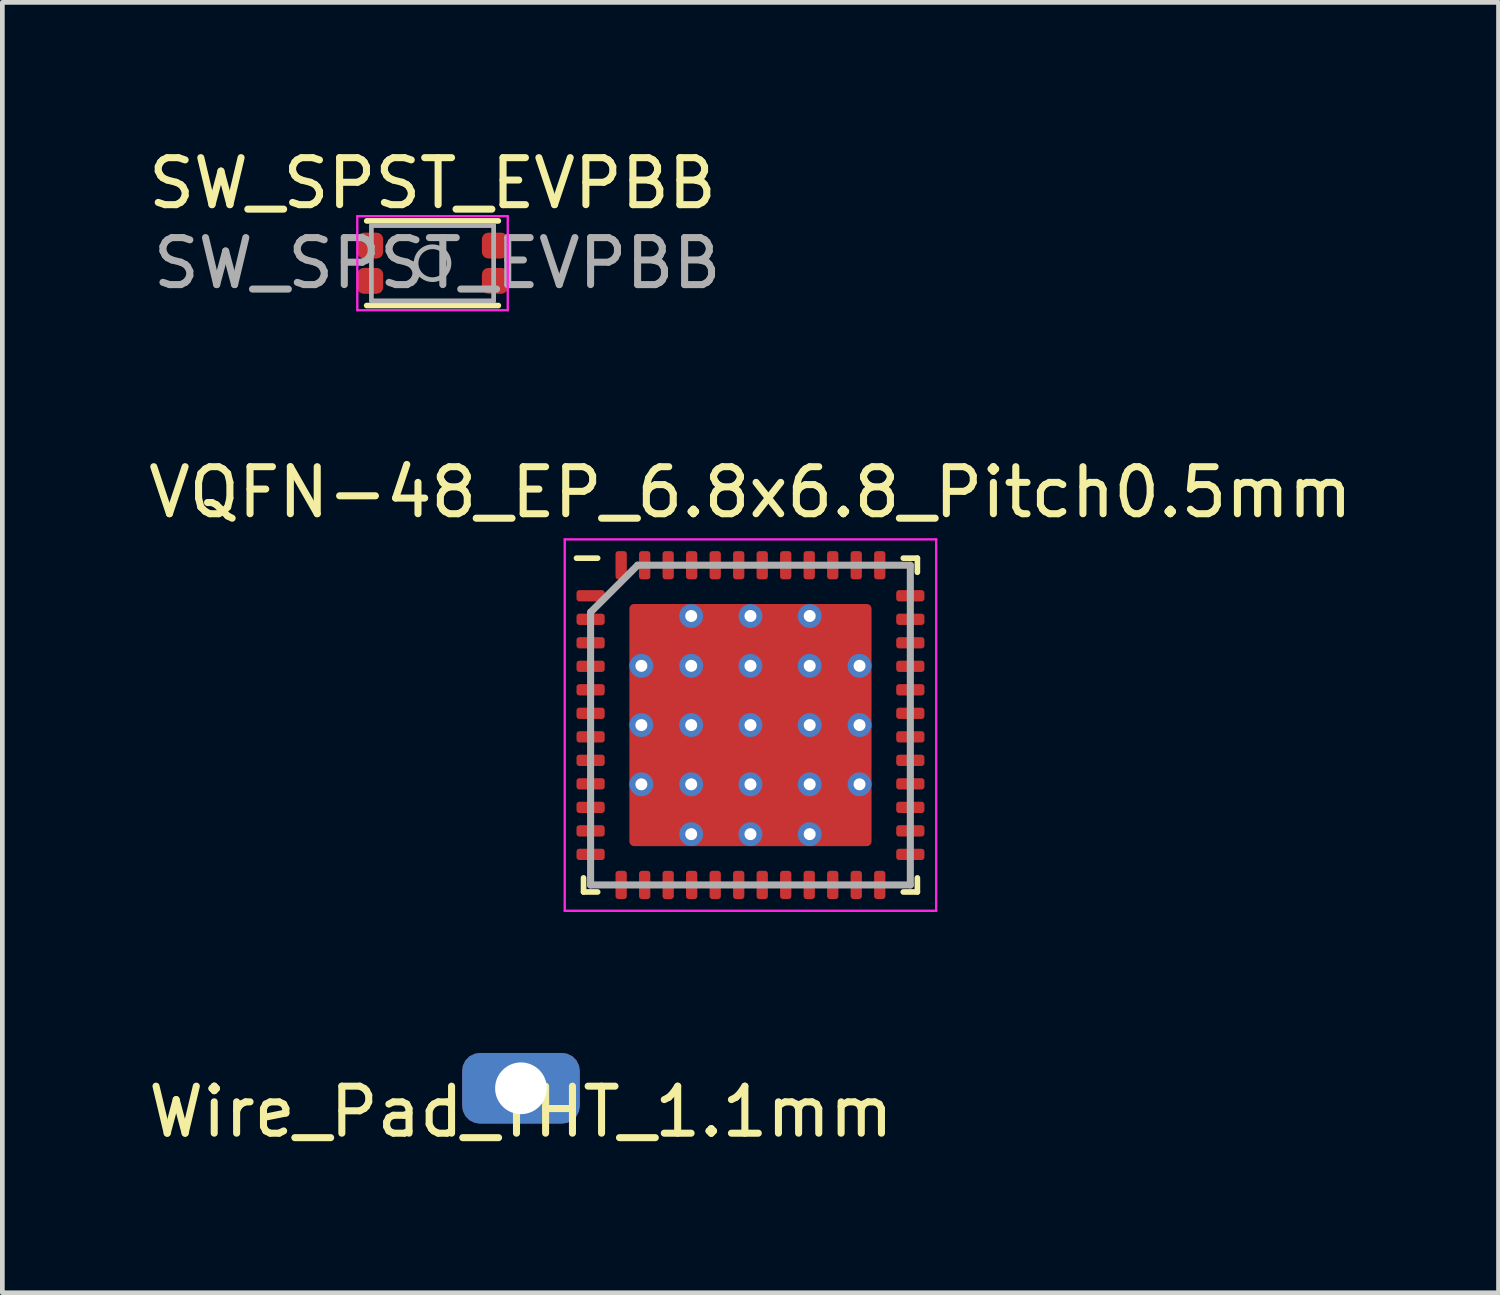
<source format=kicad_pcb>
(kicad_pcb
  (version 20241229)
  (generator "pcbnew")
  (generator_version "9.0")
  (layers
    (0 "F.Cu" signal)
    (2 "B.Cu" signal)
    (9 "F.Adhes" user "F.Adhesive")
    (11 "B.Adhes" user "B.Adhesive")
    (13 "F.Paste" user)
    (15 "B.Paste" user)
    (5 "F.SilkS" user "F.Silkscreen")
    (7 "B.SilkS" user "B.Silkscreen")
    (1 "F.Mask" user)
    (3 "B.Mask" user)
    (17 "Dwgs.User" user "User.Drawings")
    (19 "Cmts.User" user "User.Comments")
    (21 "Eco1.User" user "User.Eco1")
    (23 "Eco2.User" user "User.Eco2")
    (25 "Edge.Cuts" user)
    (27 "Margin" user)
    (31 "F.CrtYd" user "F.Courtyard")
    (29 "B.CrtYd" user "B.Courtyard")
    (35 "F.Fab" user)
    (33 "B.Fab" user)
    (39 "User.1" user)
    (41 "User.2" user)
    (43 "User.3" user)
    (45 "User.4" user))
  (footprint "Wire_Pad_THT_1.1mm"
    (layer "F.Cu")
    (at 8.03 20.096)
    (property "Reference" "Wire_Pad_THT_1.1mm" (at 0 0.5 0) (layer "F.SilkS") (effects (font (size 1 1) (thickness 0.15))))
    (attr through_hole)
    (pad "1" thru_hole roundrect (at 0 0) (size 2.5 1.5) (drill 1.1) (layers "*.Cu" "*.Mask") (roundrect_rratio 0.25)))
  (footprint "SW_SPST_EVPBB"
    (layer "F.Cu")
    (at 6.149 2.548)
    (property "Reference" "SW_SPST_EVPBB" (at 0 -1.7 0) (layer "F.SilkS") (effects (font (size 1 1) (thickness 0.15))))
    (attr smd)
    (fp_line (start -1.4 -0.9) (end 1.4 -0.9) (stroke (width 0.12) (type solid)) (layer "F.SilkS"))
    (fp_line (start -1.4 0.9) (end 1.4 0.9) (stroke (width 0.12) (type solid)) (layer "F.SilkS"))
    (fp_line (start -1.6 -1) (end 1.6 -1) (stroke (width 0.05) (type solid)) (layer "F.CrtYd"))
    (fp_line (start -1.6 1) (end -1.6 -1) (stroke (width 0.05) (type solid)) (layer "F.CrtYd"))
    (fp_line (start 1.6 -1) (end 1.6 1) (stroke (width 0.05) (type solid)) (layer "F.CrtYd"))
    (fp_line (start 1.6 1) (end -1.6 1) (stroke (width 0.05) (type solid)) (layer "F.CrtYd"))
    (fp_line (start -1.3 -0.8) (end 1.3 -0.8) (stroke (width 0.1) (type solid)) (layer "F.Fab"))
    (fp_line (start -1.3 0.8) (end -1.3 -0.8) (stroke (width 0.1) (type solid)) (layer "F.Fab"))
    (fp_line (start 1.3 -0.8) (end 1.3 0.8) (stroke (width 0.1) (type solid)) (layer "F.Fab"))
    (fp_line (start 1.3 0.8) (end -1.3 0.8) (stroke (width 0.1) (type solid)) (layer "F.Fab"))
    (fp_circle (center 0 0) (end 0.35 0) (stroke (width 0.1) (type solid)) (fill no) (layer "F.Fab"))
    (fp_text user "${REFERENCE}" (at 0.1 0 0) (layer "F.Fab") (effects (font (size 1 1) (thickness 0.15))))
    (pad "1" smd roundrect (at -1.325 -0.375) (size 0.55 0.55) (layers "F.Cu" "F.Mask" "F.Paste") (roundrect_rratio 0.25))
    (pad "1" smd roundrect (at -1.325 0.375) (size 0.55 0.55) (layers "F.Cu" "F.Mask" "F.Paste") (roundrect_rratio 0.25))
    (pad "2" smd roundrect (at 1.325 -0.375) (size 0.55 0.55) (layers "F.Cu" "F.Mask" "F.Paste") (roundrect_rratio 0.25))
    (pad "2" smd roundrect (at 1.325 0.375) (size 0.55 0.55) (layers "F.Cu" "F.Mask" "F.Paste") (roundrect_rratio 0.25)))
  (footprint "VQFN-48_EP_6.8x6.8_Pitch0.5mm"
    (layer "F.Cu")
    (at 12.911 12.371)
    (property "Reference" "VQFN-48_EP_6.8x6.8_Pitch0.5mm" (at 0 -4.95 0) (layer "F.SilkS") (effects (font (size 1 1) (thickness 0.15))))
    (attr smd)
    (fp_line (start -3.55 3.55) (end -3.55 3.25) (stroke (width 0.12) (type solid)) (layer "F.SilkS"))
    (fp_line (start -3.25 -3.55) (end -3.7 -3.55) (stroke (width 0.12) (type solid)) (layer "F.SilkS"))
    (fp_line (start -3.25 3.55) (end -3.55 3.55) (stroke (width 0.12) (type solid)) (layer "F.SilkS"))
    (fp_line (start 3.25 -3.55) (end 3.55 -3.55) (stroke (width 0.12) (type solid)) (layer "F.SilkS"))
    (fp_line (start 3.25 3.55) (end 3.55 3.55) (stroke (width 0.12) (type solid)) (layer "F.SilkS"))
    (fp_line (start 3.55 -3.55) (end 3.55 -3.25) (stroke (width 0.12) (type solid)) (layer "F.SilkS"))
    (fp_line (start 3.55 3.55) (end 3.55 3.25) (stroke (width 0.12) (type solid)) (layer "F.SilkS"))
    (fp_line (start -3.95 -3.95) (end 3.95 -3.95) (stroke (width 0.05) (type solid)) (layer "F.CrtYd"))
    (fp_line (start -3.95 3.95) (end -3.95 -3.95) (stroke (width 0.05) (type solid)) (layer "F.CrtYd"))
    (fp_line (start 3.95 -3.95) (end 3.95 3.95) (stroke (width 0.05) (type solid)) (layer "F.CrtYd"))
    (fp_line (start 3.95 3.95) (end -3.95 3.95) (stroke (width 0.05) (type solid)) (layer "F.CrtYd"))
    (fp_line (start -3.4 -2.4) (end -3.4 3.4) (stroke (width 0.15) (type solid)) (layer "F.Fab"))
    (fp_line (start -3.4 3.4) (end 3.4 3.4) (stroke (width 0.15) (type solid)) (layer "F.Fab"))
    (fp_line (start -2.4 -3.4) (end -3.4 -2.4) (stroke (width 0.15) (type solid)) (layer "F.Fab"))
    (fp_line (start 3.4 -3.4) (end -2.4 -3.4) (stroke (width 0.15) (type solid)) (layer "F.Fab"))
    (fp_line (start 3.4 3.4) (end 3.4 -3.4) (stroke (width 0.15) (type solid)) (layer "F.Fab"))
    (pad "" smd roundrect (at -1.89 -1.89) (size 1.06 1.06) (layers "F.Paste") (roundrect_rratio 0.094))
    (pad "" smd roundrect (at -1.89 -0.63) (size 1.06 1.06) (layers "F.Paste") (roundrect_rratio 0.094))
    (pad "" smd roundrect (at -1.89 0.63) (size 1.06 1.06) (layers "F.Paste") (roundrect_rratio 0.094))
    (pad "" smd roundrect (at -1.89 1.89) (size 1.06 1.06) (layers "F.Paste") (roundrect_rratio 0.094))
    (pad "" smd roundrect (at -0.63 -1.89) (size 1.06 1.06) (layers "F.Paste") (roundrect_rratio 0.094))
    (pad "" smd roundrect (at -0.63 -0.63) (size 1.06 1.06) (layers "F.Paste") (roundrect_rratio 0.094))
    (pad "" smd roundrect (at -0.63 0.63) (size 1.06 1.06) (layers "F.Paste") (roundrect_rratio 0.094))
    (pad "" smd roundrect (at -0.63 1.89) (size 1.06 1.06) (layers "F.Paste") (roundrect_rratio 0.094))
    (pad "" smd roundrect (at 0.63 -1.89) (size 1.06 1.06) (layers "F.Paste") (roundrect_rratio 0.094))
    (pad "" smd roundrect (at 0.63 -0.63) (size 1.06 1.06) (layers "F.Paste") (roundrect_rratio 0.094))
    (pad "" smd roundrect (at 0.63 0.63) (size 1.06 1.06) (layers "F.Paste") (roundrect_rratio 0.094))
    (pad "" smd roundrect (at 0.63 1.89) (size 1.06 1.06) (layers "F.Paste") (roundrect_rratio 0.094))
    (pad "" smd roundrect (at 1.89 -1.89) (size 1.06 1.06) (layers "F.Paste") (roundrect_rratio 0.094))
    (pad "" smd roundrect (at 1.89 -0.63) (size 1.06 1.06) (layers "F.Paste") (roundrect_rratio 0.094))
    (pad "" smd roundrect (at 1.89 0.63) (size 1.06 1.06) (layers "F.Paste") (roundrect_rratio 0.094))
    (pad "" smd roundrect (at 1.89 1.89) (size 1.06 1.06) (layers "F.Paste") (roundrect_rratio 0.094))
    (pad "1" smd roundrect (at -3.4 -2.75 90) (size 0.24 0.6) (layers "F.Cu" "F.Mask" "F.Paste") (roundrect_rratio 0.25))
    (pad "2" smd roundrect (at -3.4 -2.25 90) (size 0.24 0.6) (layers "F.Cu" "F.Mask" "F.Paste") (roundrect_rratio 0.25))
    (pad "3" smd roundrect (at -3.4 -1.75 90) (size 0.24 0.6) (layers "F.Cu" "F.Mask" "F.Paste") (roundrect_rratio 0.25))
    (pad "4" smd roundrect (at -3.4 -1.25 90) (size 0.24 0.6) (layers "F.Cu" "F.Mask" "F.Paste") (roundrect_rratio 0.25))
    (pad "5" smd roundrect (at -3.4 -0.75 90) (size 0.24 0.6) (layers "F.Cu" "F.Mask" "F.Paste") (roundrect_rratio 0.25))
    (pad "6" smd roundrect (at -3.4 -0.25 90) (size 0.24 0.6) (layers "F.Cu" "F.Mask" "F.Paste") (roundrect_rratio 0.25))
    (pad "7" smd roundrect (at -3.4 0.25 90) (size 0.24 0.6) (layers "F.Cu" "F.Mask" "F.Paste") (roundrect_rratio 0.25))
    (pad "8" smd roundrect (at -3.4 0.75 90) (size 0.24 0.6) (layers "F.Cu" "F.Mask" "F.Paste") (roundrect_rratio 0.25))
    (pad "9" smd roundrect (at -3.4 1.25 90) (size 0.24 0.6) (layers "F.Cu" "F.Mask" "F.Paste") (roundrect_rratio 0.25))
    (pad "10" smd roundrect (at -3.4 1.75 90) (size 0.24 0.6) (layers "F.Cu" "F.Mask" "F.Paste") (roundrect_rratio 0.25))
    (pad "11" smd roundrect (at -3.4 2.25 90) (size 0.24 0.6) (layers "F.Cu" "F.Mask" "F.Paste") (roundrect_rratio 0.25))
    (pad "12" smd roundrect (at -3.4 2.75 90) (size 0.24 0.6) (layers "F.Cu" "F.Mask" "F.Paste") (roundrect_rratio 0.25))
    (pad "13" smd roundrect (at -2.75 3.4) (size 0.24 0.6) (layers "F.Cu" "F.Mask" "F.Paste") (roundrect_rratio 0.25))
    (pad "14" smd roundrect (at -2.25 3.4) (size 0.24 0.6) (layers "F.Cu" "F.Mask" "F.Paste") (roundrect_rratio 0.25))
    (pad "15" smd roundrect (at -1.75 3.4) (size 0.24 0.6) (layers "F.Cu" "F.Mask" "F.Paste") (roundrect_rratio 0.25))
    (pad "16" smd roundrect (at -1.25 3.4) (size 0.24 0.6) (layers "F.Cu" "F.Mask" "F.Paste") (roundrect_rratio 0.25))
    (pad "17" smd roundrect (at -0.75 3.4) (size 0.24 0.6) (layers "F.Cu" "F.Mask" "F.Paste") (roundrect_rratio 0.25))
    (pad "18" smd roundrect (at -0.25 3.4) (size 0.24 0.6) (layers "F.Cu" "F.Mask" "F.Paste") (roundrect_rratio 0.25))
    (pad "19" smd roundrect (at 0.25 3.4) (size 0.24 0.6) (layers "F.Cu" "F.Mask" "F.Paste") (roundrect_rratio 0.25))
    (pad "20" smd roundrect (at 0.75 3.4) (size 0.24 0.6) (layers "F.Cu" "F.Mask" "F.Paste") (roundrect_rratio 0.25))
    (pad "21" smd roundrect (at 1.25 3.4) (size 0.24 0.6) (layers "F.Cu" "F.Mask" "F.Paste") (roundrect_rratio 0.25))
    (pad "22" smd roundrect (at 1.75 3.4) (size 0.24 0.6) (layers "F.Cu" "F.Mask" "F.Paste") (roundrect_rratio 0.25))
    (pad "23" smd roundrect (at 2.25 3.4) (size 0.24 0.6) (layers "F.Cu" "F.Mask" "F.Paste") (roundrect_rratio 0.25))
    (pad "24" smd roundrect (at 2.75 3.4) (size 0.24 0.6) (layers "F.Cu" "F.Mask" "F.Paste") (roundrect_rratio 0.25))
    (pad "25" smd roundrect (at 3.4 2.75 90) (size 0.24 0.6) (layers "F.Cu" "F.Mask" "F.Paste") (roundrect_rratio 0.25))
    (pad "26" smd roundrect (at 3.4 2.25 90) (size 0.24 0.6) (layers "F.Cu" "F.Mask" "F.Paste") (roundrect_rratio 0.25))
    (pad "27" smd roundrect (at 3.4 1.75 90) (size 0.24 0.6) (layers "F.Cu" "F.Mask" "F.Paste") (roundrect_rratio 0.25))
    (pad "28" smd roundrect (at 3.4 1.25 90) (size 0.24 0.6) (layers "F.Cu" "F.Mask" "F.Paste") (roundrect_rratio 0.25))
    (pad "29" smd roundrect (at 3.4 0.75 90) (size 0.24 0.6) (layers "F.Cu" "F.Mask" "F.Paste") (roundrect_rratio 0.25))
    (pad "30" smd roundrect (at 3.4 0.25 90) (size 0.24 0.6) (layers "F.Cu" "F.Mask" "F.Paste") (roundrect_rratio 0.25))
    (pad "31" smd roundrect (at 3.4 -0.25 90) (size 0.24 0.6) (layers "F.Cu" "F.Mask" "F.Paste") (roundrect_rratio 0.25))
    (pad "32" smd roundrect (at 3.4 -0.75 90) (size 0.24 0.6) (layers "F.Cu" "F.Mask" "F.Paste") (roundrect_rratio 0.25))
    (pad "33" smd roundrect (at 3.4 -1.25 90) (size 0.24 0.6) (layers "F.Cu" "F.Mask" "F.Paste") (roundrect_rratio 0.25))
    (pad "34" smd roundrect (at 3.4 -1.75 90) (size 0.24 0.6) (layers "F.Cu" "F.Mask" "F.Paste") (roundrect_rratio 0.25))
    (pad "35" smd roundrect (at 3.4 -2.25 90) (size 0.24 0.6) (layers "F.Cu" "F.Mask" "F.Paste") (roundrect_rratio 0.25))
    (pad "36" smd roundrect (at 3.4 -2.75 90) (size 0.24 0.6) (layers "F.Cu" "F.Mask" "F.Paste") (roundrect_rratio 0.25))
    (pad "37" smd roundrect (at 2.75 -3.4) (size 0.24 0.6) (layers "F.Cu" "F.Mask" "F.Paste") (roundrect_rratio 0.25))
    (pad "38" smd roundrect (at 2.25 -3.4) (size 0.24 0.6) (layers "F.Cu" "F.Mask" "F.Paste") (roundrect_rratio 0.25))
    (pad "39" smd roundrect (at 1.75 -3.4) (size 0.24 0.6) (layers "F.Cu" "F.Mask" "F.Paste") (roundrect_rratio 0.25))
    (pad "40" smd roundrect (at 1.25 -3.4) (size 0.24 0.6) (layers "F.Cu" "F.Mask" "F.Paste") (roundrect_rratio 0.25))
    (pad "41" smd roundrect (at 0.75 -3.4) (size 0.24 0.6) (layers "F.Cu" "F.Mask" "F.Paste") (roundrect_rratio 0.25))
    (pad "42" smd roundrect (at 0.25 -3.4) (size 0.24 0.6) (layers "F.Cu" "F.Mask" "F.Paste") (roundrect_rratio 0.25))
    (pad "43" smd roundrect (at -0.25 -3.4) (size 0.24 0.6) (layers "F.Cu" "F.Mask" "F.Paste") (roundrect_rratio 0.25))
    (pad "44" smd roundrect (at -0.75 -3.4) (size 0.24 0.6) (layers "F.Cu" "F.Mask" "F.Paste") (roundrect_rratio 0.25))
    (pad "45" smd roundrect (at -1.25 -3.4) (size 0.24 0.6) (layers "F.Cu" "F.Mask" "F.Paste") (roundrect_rratio 0.25))
    (pad "46" smd roundrect (at -1.75 -3.4) (size 0.24 0.6) (layers "F.Cu" "F.Mask" "F.Paste") (roundrect_rratio 0.25))
    (pad "47" smd roundrect (at -2.25 -3.4) (size 0.24 0.6) (layers "F.Cu" "F.Mask" "F.Paste") (roundrect_rratio 0.25))
    (pad "48" smd roundrect (at -2.75 -3.4) (size 0.24 0.6) (layers "F.Cu" "F.Mask" "F.Paste") (roundrect_rratio 0.25))
    (pad "49" thru_hole circle (at -2.32 -1.26) (size 0.508 0.508) (drill 0.254) (layers "*.Cu"))
    (pad "49" thru_hole circle (at -2.32 0) (size 0.508 0.508) (drill 0.254) (layers "*.Cu"))
    (pad "49" thru_hole circle (at -2.32 1.26) (size 0.508 0.508) (drill 0.254) (layers "*.Cu"))
    (pad "49" thru_hole circle (at -1.26 -2.32) (size 0.508 0.508) (drill 0.254) (layers "*.Cu"))
    (pad "49" thru_hole circle (at -1.26 -1.26) (size 0.508 0.508) (drill 0.254) (layers "*.Cu"))
    (pad "49" thru_hole circle (at -1.26 0) (size 0.508 0.508) (drill 0.254) (layers "*.Cu"))
    (pad "49" thru_hole circle (at -1.26 1.26) (size 0.508 0.508) (drill 0.254) (layers "*.Cu"))
    (pad "49" thru_hole circle (at -1.26 2.32) (size 0.508 0.508) (drill 0.254) (layers "*.Cu"))
    (pad "49" thru_hole circle (at 0 -2.32) (size 0.508 0.508) (drill 0.254) (layers "*.Cu"))
    (pad "49" thru_hole circle (at 0 -1.26) (size 0.508 0.508) (drill 0.254) (layers "*.Cu"))
    (pad "49" thru_hole circle (at 0 0) (size 0.508 0.508) (drill 0.254) (layers "*.Cu"))
    (pad "49" smd roundrect (at 0 0) (size 5.15 5.15) (layers "F.Cu" "F.Mask") (roundrect_rratio 0.019))
    (pad "49" thru_hole circle (at 0 1.26) (size 0.508 0.508) (drill 0.254) (layers "*.Cu"))
    (pad "49" thru_hole circle (at 0 2.32) (size 0.508 0.508) (drill 0.254) (layers "*.Cu"))
    (pad "49" thru_hole circle (at 1.26 -2.32) (size 0.508 0.508) (drill 0.254) (layers "*.Cu"))
    (pad "49" thru_hole circle (at 1.26 -1.26) (size 0.508 0.508) (drill 0.254) (layers "*.Cu"))
    (pad "49" thru_hole circle (at 1.26 0) (size 0.508 0.508) (drill 0.254) (layers "*.Cu"))
    (pad "49" thru_hole circle (at 1.26 1.26) (size 0.508 0.508) (drill 0.254) (layers "*.Cu"))
    (pad "49" thru_hole circle (at 1.26 2.32) (size 0.508 0.508) (drill 0.254) (layers "*.Cu"))
    (pad "49" thru_hole circle (at 2.32 -1.26) (size 0.508 0.508) (drill 0.254) (layers "*.Cu"))
    (pad "49" thru_hole circle (at 2.32 0) (size 0.508 0.508) (drill 0.254) (layers "*.Cu"))
    (pad "49" thru_hole circle (at 2.32 1.26) (size 0.508 0.508) (drill 0.254) (layers "*.Cu")))
  (gr_rect
    (start -3 -3)
    (end 28.821 24.445)
    (stroke (width 0.1) (type default))
    (fill no)
    (layer "Edge.Cuts")))
</source>
